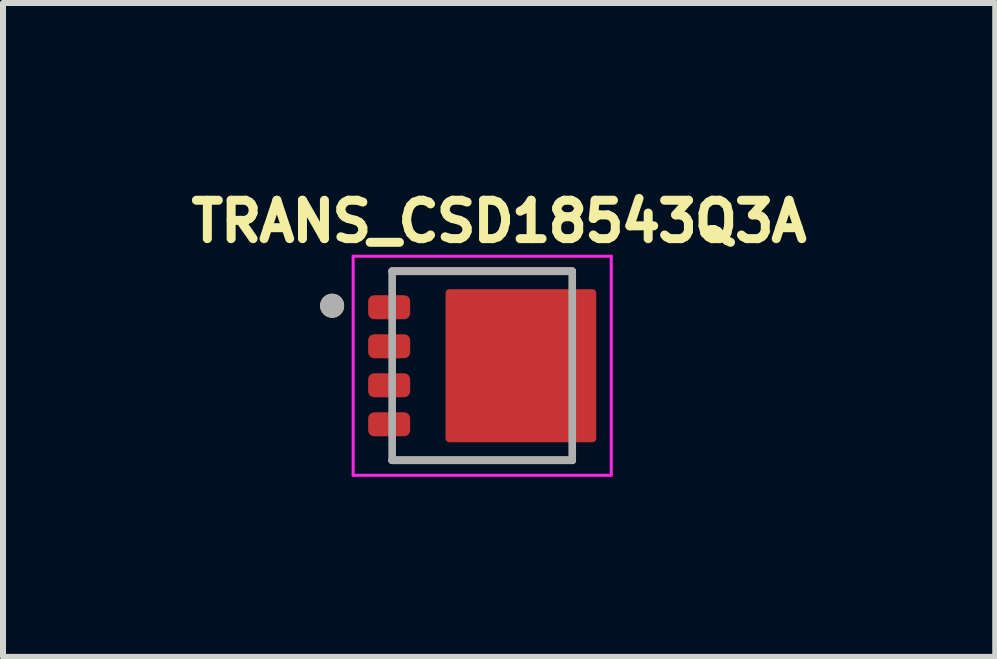
<source format=kicad_pcb>
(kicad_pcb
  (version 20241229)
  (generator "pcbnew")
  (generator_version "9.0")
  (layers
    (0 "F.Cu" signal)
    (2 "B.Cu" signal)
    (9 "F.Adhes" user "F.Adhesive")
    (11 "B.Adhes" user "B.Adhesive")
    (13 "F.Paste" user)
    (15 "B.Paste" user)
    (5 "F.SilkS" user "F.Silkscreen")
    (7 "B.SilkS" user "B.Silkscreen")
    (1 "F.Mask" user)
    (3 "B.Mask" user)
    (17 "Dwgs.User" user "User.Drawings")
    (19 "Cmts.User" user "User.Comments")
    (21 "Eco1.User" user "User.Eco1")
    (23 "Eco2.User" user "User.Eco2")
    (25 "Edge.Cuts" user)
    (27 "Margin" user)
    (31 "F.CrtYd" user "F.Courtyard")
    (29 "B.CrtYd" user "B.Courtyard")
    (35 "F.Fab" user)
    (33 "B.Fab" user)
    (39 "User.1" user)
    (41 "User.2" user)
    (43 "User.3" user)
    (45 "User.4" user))
  (footprint "TRANS_CSD18543Q3A"
    (layer "F.Cu")
    (at 4.984 3.044)
    (property "Reference" "TRANS_CSD18543Q3A" (at 0.282 -2.406 0) (layer "F.SilkS") (effects (font (size 0.64 0.64) (thickness 0.15))))
    (attr through_hole)
    (fp_poly (pts (xy -1.8 -1.125) (xy -1.3 -1.125) (xy -1.297 -1.125) (xy -1.295 -1.125) (xy -1.292 -1.124) (xy -1.29 -1.124) (xy -1.287 -1.123) (xy -1.285 -1.123) (xy -1.282 -1.122) (xy -1.28 -1.121) (xy -1.277 -1.12) (xy -1.275 -1.118) (xy -1.273 -1.117) (xy -1.271 -1.115) (xy -1.269 -1.114) (xy -1.267 -1.112) (xy -1.265 -1.11) (xy -1.263 -1.108) (xy -1.261 -1.106) (xy -1.26 -1.104) (xy -1.258 -1.102) (xy -1.257 -1.1) (xy -1.255 -1.098) (xy -1.254 -1.095) (xy -1.253 -1.093) (xy -1.252 -1.09) (xy -1.252 -1.088) (xy -1.251 -1.085) (xy -1.251 -1.083) (xy -1.25 -1.08) (xy -1.25 -1.078) (xy -1.25 -1.075) (xy -1.25 -0.875) (xy -1.25 -0.872) (xy -1.25 -0.87) (xy -1.251 -0.867) (xy -1.251 -0.865) (xy -1.252 -0.862) (xy -1.252 -0.86) (xy -1.253 -0.857) (xy -1.254 -0.855) (xy -1.255 -0.852) (xy -1.257 -0.85) (xy -1.258 -0.848) (xy -1.26 -0.846) (xy -1.261 -0.844) (xy -1.263 -0.842) (xy -1.265 -0.84) (xy -1.267 -0.838) (xy -1.269 -0.836) (xy -1.271 -0.835) (xy -1.273 -0.833) (xy -1.275 -0.832) (xy -1.277 -0.83) (xy -1.28 -0.829) (xy -1.282 -0.828) (xy -1.285 -0.827) (xy -1.287 -0.827) (xy -1.29 -0.826) (xy -1.292 -0.826) (xy -1.295 -0.825) (xy -1.297 -0.825) (xy -1.3 -0.825) (xy -1.8 -0.825) (xy -1.803 -0.825) (xy -1.805 -0.825) (xy -1.808 -0.826) (xy -1.81 -0.826) (xy -1.813 -0.827) (xy -1.815 -0.827) (xy -1.818 -0.828) (xy -1.82 -0.829) (xy -1.823 -0.83) (xy -1.825 -0.832) (xy -1.827 -0.833) (xy -1.829 -0.835) (xy -1.831 -0.836) (xy -1.833 -0.838) (xy -1.835 -0.84) (xy -1.837 -0.842) (xy -1.839 -0.844) (xy -1.84 -0.846) (xy -1.842 -0.848) (xy -1.843 -0.85) (xy -1.845 -0.852) (xy -1.846 -0.855) (xy -1.847 -0.857) (xy -1.848 -0.86) (xy -1.848 -0.862) (xy -1.849 -0.865) (xy -1.849 -0.867) (xy -1.85 -0.87) (xy -1.85 -0.872) (xy -1.85 -0.875) (xy -1.85 -1.075) (xy -1.85 -1.078) (xy -1.85 -1.08) (xy -1.849 -1.083) (xy -1.849 -1.085) (xy -1.848 -1.088) (xy -1.848 -1.09) (xy -1.847 -1.093) (xy -1.846 -1.095) (xy -1.845 -1.098) (xy -1.843 -1.1) (xy -1.842 -1.102) (xy -1.84 -1.104) (xy -1.839 -1.106) (xy -1.837 -1.108) (xy -1.835 -1.11) (xy -1.833 -1.112) (xy -1.831 -1.114) (xy -1.829 -1.115) (xy -1.827 -1.117) (xy -1.825 -1.118) (xy -1.823 -1.12) (xy -1.82 -1.121) (xy -1.818 -1.122) (xy -1.815 -1.123) (xy -1.813 -1.123) (xy -1.81 -1.124) (xy -1.808 -1.124) (xy -1.805 -1.125) (xy -1.803 -1.125) (xy -1.8 -1.125)) (stroke (width 0.01) (type solid)) (fill yes) (layer "F.Mask"))
    (fp_poly (pts (xy -1.8 -0.475) (xy -1.3 -0.475) (xy -1.297 -0.475) (xy -1.295 -0.475) (xy -1.292 -0.474) (xy -1.29 -0.474) (xy -1.287 -0.473) (xy -1.285 -0.473) (xy -1.282 -0.472) (xy -1.28 -0.471) (xy -1.277 -0.47) (xy -1.275 -0.468) (xy -1.273 -0.467) (xy -1.271 -0.465) (xy -1.269 -0.464) (xy -1.267 -0.462) (xy -1.265 -0.46) (xy -1.263 -0.458) (xy -1.261 -0.456) (xy -1.26 -0.454) (xy -1.258 -0.452) (xy -1.257 -0.45) (xy -1.255 -0.448) (xy -1.254 -0.445) (xy -1.253 -0.443) (xy -1.252 -0.44) (xy -1.252 -0.438) (xy -1.251 -0.435) (xy -1.251 -0.433) (xy -1.25 -0.43) (xy -1.25 -0.428) (xy -1.25 -0.425) (xy -1.25 -0.225) (xy -1.25 -0.222) (xy -1.25 -0.22) (xy -1.251 -0.217) (xy -1.251 -0.215) (xy -1.252 -0.212) (xy -1.252 -0.21) (xy -1.253 -0.207) (xy -1.254 -0.205) (xy -1.255 -0.202) (xy -1.257 -0.2) (xy -1.258 -0.198) (xy -1.26 -0.196) (xy -1.261 -0.194) (xy -1.263 -0.192) (xy -1.265 -0.19) (xy -1.267 -0.188) (xy -1.269 -0.186) (xy -1.271 -0.185) (xy -1.273 -0.183) (xy -1.275 -0.182) (xy -1.277 -0.18) (xy -1.28 -0.179) (xy -1.282 -0.178) (xy -1.285 -0.177) (xy -1.287 -0.177) (xy -1.29 -0.176) (xy -1.292 -0.176) (xy -1.295 -0.175) (xy -1.297 -0.175) (xy -1.3 -0.175) (xy -1.8 -0.175) (xy -1.803 -0.175) (xy -1.805 -0.175) (xy -1.808 -0.176) (xy -1.81 -0.176) (xy -1.813 -0.177) (xy -1.815 -0.177) (xy -1.818 -0.178) (xy -1.82 -0.179) (xy -1.823 -0.18) (xy -1.825 -0.182) (xy -1.827 -0.183) (xy -1.829 -0.185) (xy -1.831 -0.186) (xy -1.833 -0.188) (xy -1.835 -0.19) (xy -1.837 -0.192) (xy -1.839 -0.194) (xy -1.84 -0.196) (xy -1.842 -0.198) (xy -1.843 -0.2) (xy -1.845 -0.202) (xy -1.846 -0.205) (xy -1.847 -0.207) (xy -1.848 -0.21) (xy -1.848 -0.212) (xy -1.849 -0.215) (xy -1.849 -0.217) (xy -1.85 -0.22) (xy -1.85 -0.222) (xy -1.85 -0.225) (xy -1.85 -0.425) (xy -1.85 -0.428) (xy -1.85 -0.43) (xy -1.849 -0.433) (xy -1.849 -0.435) (xy -1.848 -0.438) (xy -1.848 -0.44) (xy -1.847 -0.443) (xy -1.846 -0.445) (xy -1.845 -0.448) (xy -1.843 -0.45) (xy -1.842 -0.452) (xy -1.84 -0.454) (xy -1.839 -0.456) (xy -1.837 -0.458) (xy -1.835 -0.46) (xy -1.833 -0.462) (xy -1.831 -0.464) (xy -1.829 -0.465) (xy -1.827 -0.467) (xy -1.825 -0.468) (xy -1.823 -0.47) (xy -1.82 -0.471) (xy -1.818 -0.472) (xy -1.815 -0.473) (xy -1.813 -0.473) (xy -1.81 -0.474) (xy -1.808 -0.474) (xy -1.805 -0.475) (xy -1.803 -0.475) (xy -1.8 -0.475)) (stroke (width 0.01) (type solid)) (fill yes) (layer "F.Mask"))
    (fp_poly (pts (xy -1.8 0.175) (xy -1.3 0.175) (xy -1.297 0.175) (xy -1.295 0.175) (xy -1.292 0.176) (xy -1.29 0.176) (xy -1.287 0.177) (xy -1.285 0.177) (xy -1.282 0.178) (xy -1.28 0.179) (xy -1.277 0.18) (xy -1.275 0.182) (xy -1.273 0.183) (xy -1.271 0.185) (xy -1.269 0.186) (xy -1.267 0.188) (xy -1.265 0.19) (xy -1.263 0.192) (xy -1.261 0.194) (xy -1.26 0.196) (xy -1.258 0.198) (xy -1.257 0.2) (xy -1.255 0.202) (xy -1.254 0.205) (xy -1.253 0.207) (xy -1.252 0.21) (xy -1.252 0.212) (xy -1.251 0.215) (xy -1.251 0.217) (xy -1.25 0.22) (xy -1.25 0.222) (xy -1.25 0.225) (xy -1.25 0.425) (xy -1.25 0.428) (xy -1.25 0.43) (xy -1.251 0.433) (xy -1.251 0.435) (xy -1.252 0.438) (xy -1.252 0.44) (xy -1.253 0.443) (xy -1.254 0.445) (xy -1.255 0.448) (xy -1.257 0.45) (xy -1.258 0.452) (xy -1.26 0.454) (xy -1.261 0.456) (xy -1.263 0.458) (xy -1.265 0.46) (xy -1.267 0.462) (xy -1.269 0.464) (xy -1.271 0.465) (xy -1.273 0.467) (xy -1.275 0.468) (xy -1.277 0.47) (xy -1.28 0.471) (xy -1.282 0.472) (xy -1.285 0.473) (xy -1.287 0.473) (xy -1.29 0.474) (xy -1.292 0.474) (xy -1.295 0.475) (xy -1.297 0.475) (xy -1.3 0.475) (xy -1.8 0.475) (xy -1.803 0.475) (xy -1.805 0.475) (xy -1.808 0.474) (xy -1.81 0.474) (xy -1.813 0.473) (xy -1.815 0.473) (xy -1.818 0.472) (xy -1.82 0.471) (xy -1.823 0.47) (xy -1.825 0.468) (xy -1.827 0.467) (xy -1.829 0.465) (xy -1.831 0.464) (xy -1.833 0.462) (xy -1.835 0.46) (xy -1.837 0.458) (xy -1.839 0.456) (xy -1.84 0.454) (xy -1.842 0.452) (xy -1.843 0.45) (xy -1.845 0.448) (xy -1.846 0.445) (xy -1.847 0.443) (xy -1.848 0.44) (xy -1.848 0.438) (xy -1.849 0.435) (xy -1.849 0.433) (xy -1.85 0.43) (xy -1.85 0.428) (xy -1.85 0.425) (xy -1.85 0.225) (xy -1.85 0.222) (xy -1.85 0.22) (xy -1.849 0.217) (xy -1.849 0.215) (xy -1.848 0.212) (xy -1.848 0.21) (xy -1.847 0.207) (xy -1.846 0.205) (xy -1.845 0.202) (xy -1.843 0.2) (xy -1.842 0.198) (xy -1.84 0.196) (xy -1.839 0.194) (xy -1.837 0.192) (xy -1.835 0.19) (xy -1.833 0.188) (xy -1.831 0.186) (xy -1.829 0.185) (xy -1.827 0.183) (xy -1.825 0.182) (xy -1.823 0.18) (xy -1.82 0.179) (xy -1.818 0.178) (xy -1.815 0.177) (xy -1.813 0.177) (xy -1.81 0.176) (xy -1.808 0.176) (xy -1.805 0.175) (xy -1.803 0.175) (xy -1.8 0.175)) (stroke (width 0.01) (type solid)) (fill yes) (layer "F.Mask"))
    (fp_poly (pts (xy -1.8 0.825) (xy -1.3 0.825) (xy -1.297 0.825) (xy -1.295 0.825) (xy -1.292 0.826) (xy -1.29 0.826) (xy -1.287 0.827) (xy -1.285 0.827) (xy -1.282 0.828) (xy -1.28 0.829) (xy -1.277 0.83) (xy -1.275 0.832) (xy -1.273 0.833) (xy -1.271 0.835) (xy -1.269 0.836) (xy -1.267 0.838) (xy -1.265 0.84) (xy -1.263 0.842) (xy -1.261 0.844) (xy -1.26 0.846) (xy -1.258 0.848) (xy -1.257 0.85) (xy -1.255 0.852) (xy -1.254 0.855) (xy -1.253 0.857) (xy -1.252 0.86) (xy -1.252 0.862) (xy -1.251 0.865) (xy -1.251 0.867) (xy -1.25 0.87) (xy -1.25 0.872) (xy -1.25 0.875) (xy -1.25 1.075) (xy -1.25 1.078) (xy -1.25 1.08) (xy -1.251 1.083) (xy -1.251 1.085) (xy -1.252 1.088) (xy -1.252 1.09) (xy -1.253 1.093) (xy -1.254 1.095) (xy -1.255 1.098) (xy -1.257 1.1) (xy -1.258 1.102) (xy -1.26 1.104) (xy -1.261 1.106) (xy -1.263 1.108) (xy -1.265 1.11) (xy -1.267 1.112) (xy -1.269 1.114) (xy -1.271 1.115) (xy -1.273 1.117) (xy -1.275 1.118) (xy -1.277 1.12) (xy -1.28 1.121) (xy -1.282 1.122) (xy -1.285 1.123) (xy -1.287 1.123) (xy -1.29 1.124) (xy -1.292 1.124) (xy -1.295 1.125) (xy -1.297 1.125) (xy -1.3 1.125) (xy -1.8 1.125) (xy -1.803 1.125) (xy -1.805 1.125) (xy -1.808 1.124) (xy -1.81 1.124) (xy -1.813 1.123) (xy -1.815 1.123) (xy -1.818 1.122) (xy -1.82 1.121) (xy -1.823 1.12) (xy -1.825 1.118) (xy -1.827 1.117) (xy -1.829 1.115) (xy -1.831 1.114) (xy -1.833 1.112) (xy -1.835 1.11) (xy -1.837 1.108) (xy -1.839 1.106) (xy -1.84 1.104) (xy -1.842 1.102) (xy -1.843 1.1) (xy -1.845 1.098) (xy -1.846 1.095) (xy -1.847 1.093) (xy -1.848 1.09) (xy -1.848 1.088) (xy -1.849 1.085) (xy -1.849 1.083) (xy -1.85 1.08) (xy -1.85 1.078) (xy -1.85 1.075) (xy -1.85 0.875) (xy -1.85 0.872) (xy -1.85 0.87) (xy -1.849 0.867) (xy -1.849 0.865) (xy -1.848 0.862) (xy -1.848 0.86) (xy -1.847 0.857) (xy -1.846 0.855) (xy -1.845 0.852) (xy -1.843 0.85) (xy -1.842 0.848) (xy -1.84 0.846) (xy -1.839 0.844) (xy -1.837 0.842) (xy -1.835 0.84) (xy -1.833 0.838) (xy -1.831 0.836) (xy -1.829 0.835) (xy -1.827 0.833) (xy -1.825 0.832) (xy -1.823 0.83) (xy -1.82 0.829) (xy -1.818 0.828) (xy -1.815 0.827) (xy -1.813 0.827) (xy -1.81 0.826) (xy -1.808 0.826) (xy -1.805 0.825) (xy -1.803 0.825) (xy -1.8 0.825)) (stroke (width 0.01) (type solid)) (fill yes) (layer "F.Mask"))
    (fp_poly (pts (xy 1.215 1.125) (xy 1.215 1.175) (xy 1.215 1.178) (xy 1.215 1.18) (xy 1.214 1.183) (xy 1.214 1.185) (xy 1.213 1.188) (xy 1.213 1.19) (xy 1.212 1.193) (xy 1.211 1.195) (xy 1.21 1.198) (xy 1.208 1.2) (xy 1.207 1.202) (xy 1.205 1.204) (xy 1.204 1.206) (xy 1.202 1.208) (xy 1.2 1.21) (xy 1.198 1.212) (xy 1.196 1.214) (xy 1.194 1.215) (xy 1.192 1.217) (xy 1.19 1.218) (xy 1.188 1.22) (xy 1.185 1.221) (xy 1.183 1.222) (xy 1.18 1.223) (xy 1.178 1.223) (xy 1.175 1.224) (xy 1.173 1.224) (xy 1.17 1.225) (xy 1.168 1.225) (xy 1.165 1.225) (xy -0.51 1.225) (xy -0.513 1.225) (xy -0.515 1.225) (xy -0.518 1.224) (xy -0.52 1.224) (xy -0.523 1.223) (xy -0.525 1.223) (xy -0.528 1.222) (xy -0.53 1.221) (xy -0.533 1.22) (xy -0.535 1.218) (xy -0.537 1.217) (xy -0.539 1.215) (xy -0.541 1.214) (xy -0.543 1.212) (xy -0.545 1.21) (xy -0.547 1.208) (xy -0.549 1.206) (xy -0.55 1.204) (xy -0.552 1.202) (xy -0.553 1.2) (xy -0.555 1.198) (xy -0.556 1.195) (xy -0.557 1.193) (xy -0.558 1.19) (xy -0.558 1.188) (xy -0.559 1.185) (xy -0.559 1.183) (xy -0.56 1.18) (xy -0.56 1.178) (xy -0.56 1.175) (xy -0.56 -1.175) (xy -0.56 -1.178) (xy -0.56 -1.18) (xy -0.559 -1.183) (xy -0.559 -1.185) (xy -0.558 -1.188) (xy -0.558 -1.19) (xy -0.557 -1.193) (xy -0.556 -1.195) (xy -0.555 -1.198) (xy -0.553 -1.2) (xy -0.552 -1.202) (xy -0.55 -1.204) (xy -0.549 -1.206) (xy -0.547 -1.208) (xy -0.545 -1.21) (xy -0.543 -1.212) (xy -0.541 -1.214) (xy -0.539 -1.215) (xy -0.537 -1.217) (xy -0.535 -1.218) (xy -0.533 -1.22) (xy -0.53 -1.221) (xy -0.528 -1.222) (xy -0.525 -1.223) (xy -0.523 -1.223) (xy -0.52 -1.224) (xy -0.518 -1.224) (xy -0.515 -1.225) (xy -0.513 -1.225) (xy -0.51 -1.225) (xy 1.165 -1.225) (xy 1.168 -1.225) (xy 1.17 -1.225) (xy 1.173 -1.224) (xy 1.175 -1.224) (xy 1.178 -1.223) (xy 1.18 -1.223) (xy 1.183 -1.222) (xy 1.185 -1.221) (xy 1.188 -1.22) (xy 1.19 -1.218) (xy 1.192 -1.217) (xy 1.194 -1.215) (xy 1.196 -1.214) (xy 1.198 -1.212) (xy 1.2 -1.21) (xy 1.202 -1.208) (xy 1.204 -1.206) (xy 1.205 -1.204) (xy 1.207 -1.202) (xy 1.208 -1.2) (xy 1.21 -1.198) (xy 1.211 -1.195) (xy 1.212 -1.193) (xy 1.213 -1.19) (xy 1.213 -1.188) (xy 1.214 -1.185) (xy 1.214 -1.183) (xy 1.215 -1.18) (xy 1.215 -1.178) (xy 1.215 -1.175) (xy 1.215 -1.125) (xy 1.8 -1.125) (xy 1.803 -1.125) (xy 1.805 -1.125) (xy 1.808 -1.124) (xy 1.81 -1.124) (xy 1.813 -1.123) (xy 1.815 -1.123) (xy 1.818 -1.122) (xy 1.82 -1.121) (xy 1.823 -1.12) (xy 1.825 -1.118) (xy 1.827 -1.117) (xy 1.829 -1.115) (xy 1.831 -1.114) (xy 1.833 -1.112) (xy 1.835 -1.11) (xy 1.837 -1.108) (xy 1.839 -1.106) (xy 1.84 -1.104) (xy 1.842 -1.102) (xy 1.843 -1.1) (xy 1.845 -1.098) (xy 1.846 -1.095) (xy 1.847 -1.093) (xy 1.848 -1.09) (xy 1.848 -1.088) (xy 1.849 -1.085) (xy 1.849 -1.083) (xy 1.85 -1.08) (xy 1.85 -1.078) (xy 1.85 -1.075) (xy 1.85 -0.875) (xy 1.85 -0.872) (xy 1.85 -0.87) (xy 1.849 -0.867) (xy 1.849 -0.865) (xy 1.848 -0.862) (xy 1.848 -0.86) (xy 1.847 -0.857) (xy 1.846 -0.855) (xy 1.845 -0.852) (xy 1.843 -0.85) (xy 1.842 -0.848) (xy 1.84 -0.846) (xy 1.839 -0.844) (xy 1.837 -0.842) (xy 1.835 -0.84) (xy 1.833 -0.838) (xy 1.831 -0.836) (xy 1.829 -0.835) (xy 1.827 -0.833) (xy 1.825 -0.832) (xy 1.823 -0.83) (xy 1.82 -0.829) (xy 1.818 -0.828) (xy 1.815 -0.827) (xy 1.813 -0.827) (xy 1.81 -0.826) (xy 1.808 -0.826) (xy 1.805 -0.825) (xy 1.803 -0.825) (xy 1.8 -0.825) (xy 1.215 -0.825) (xy 1.215 -0.475) (xy 1.8 -0.475) (xy 1.803 -0.475) (xy 1.805 -0.475) (xy 1.808 -0.474) (xy 1.81 -0.474) (xy 1.813 -0.473) (xy 1.815 -0.473) (xy 1.818 -0.472) (xy 1.82 -0.471) (xy 1.823 -0.47) (xy 1.825 -0.468) (xy 1.827 -0.467) (xy 1.829 -0.465) (xy 1.831 -0.464) (xy 1.833 -0.462) (xy 1.835 -0.46) (xy 1.837 -0.458) (xy 1.839 -0.456) (xy 1.84 -0.454) (xy 1.842 -0.452) (xy 1.843 -0.45) (xy 1.845 -0.448) (xy 1.846 -0.445) (xy 1.847 -0.443) (xy 1.848 -0.44) (xy 1.848 -0.438) (xy 1.849 -0.435) (xy 1.849 -0.433) (xy 1.85 -0.43) (xy 1.85 -0.428) (xy 1.85 -0.425) (xy 1.85 -0.225) (xy 1.85 -0.222) (xy 1.85 -0.22) (xy 1.849 -0.217) (xy 1.849 -0.215) (xy 1.848 -0.212) (xy 1.848 -0.21) (xy 1.847 -0.207) (xy 1.846 -0.205) (xy 1.845 -0.202) (xy 1.843 -0.2) (xy 1.842 -0.198) (xy 1.84 -0.196) (xy 1.839 -0.194) (xy 1.837 -0.192) (xy 1.835 -0.19) (xy 1.833 -0.188) (xy 1.831 -0.186) (xy 1.829 -0.185) (xy 1.827 -0.183) (xy 1.825 -0.182) (xy 1.823 -0.18) (xy 1.82 -0.179) (xy 1.818 -0.178) (xy 1.815 -0.177) (xy 1.813 -0.177) (xy 1.81 -0.176) (xy 1.808 -0.176) (xy 1.805 -0.175) (xy 1.803 -0.175) (xy 1.8 -0.175) (xy 1.215 -0.175) (xy 1.215 0.175) (xy 1.8 0.175) (xy 1.803 0.175) (xy 1.805 0.175) (xy 1.808 0.176) (xy 1.81 0.176) (xy 1.813 0.177) (xy 1.815 0.177) (xy 1.818 0.178) (xy 1.82 0.179) (xy 1.823 0.18) (xy 1.825 0.182) (xy 1.827 0.183) (xy 1.829 0.185) (xy 1.831 0.186) (xy 1.833 0.188) (xy 1.835 0.19) (xy 1.837 0.192) (xy 1.839 0.194) (xy 1.84 0.196) (xy 1.842 0.198) (xy 1.843 0.2) (xy 1.845 0.202) (xy 1.846 0.205) (xy 1.847 0.207) (xy 1.848 0.21) (xy 1.848 0.212) (xy 1.849 0.215) (xy 1.849 0.217) (xy 1.85 0.22) (xy 1.85 0.222) (xy 1.85 0.225) (xy 1.85 0.425) (xy 1.85 0.428) (xy 1.85 0.43) (xy 1.849 0.433) (xy 1.849 0.435) (xy 1.848 0.438) (xy 1.848 0.44) (xy 1.847 0.443) (xy 1.846 0.445) (xy 1.845 0.448) (xy 1.843 0.45) (xy 1.842 0.452) (xy 1.84 0.454) (xy 1.839 0.456) (xy 1.837 0.458) (xy 1.835 0.46) (xy 1.833 0.462) (xy 1.831 0.464) (xy 1.829 0.465) (xy 1.827 0.467) (xy 1.825 0.468) (xy 1.823 0.47) (xy 1.82 0.471) (xy 1.818 0.472) (xy 1.815 0.473) (xy 1.813 0.473) (xy 1.81 0.474) (xy 1.808 0.474) (xy 1.805 0.475) (xy 1.803 0.475) (xy 1.8 0.475) (xy 1.215 0.475) (xy 1.215 0.825) (xy 1.8 0.825) (xy 1.803 0.825) (xy 1.805 0.825) (xy 1.808 0.826) (xy 1.81 0.826) (xy 1.813 0.827) (xy 1.815 0.827) (xy 1.818 0.828) (xy 1.82 0.829) (xy 1.823 0.83) (xy 1.825 0.832) (xy 1.827 0.833) (xy 1.829 0.835) (xy 1.831 0.836) (xy 1.833 0.838) (xy 1.835 0.84) (xy 1.837 0.842) (xy 1.839 0.844) (xy 1.84 0.846) (xy 1.842 0.848) (xy 1.843 0.85) (xy 1.845 0.852) (xy 1.846 0.855) (xy 1.847 0.857) (xy 1.848 0.86) (xy 1.848 0.862) (xy 1.849 0.865) (xy 1.849 0.867) (xy 1.85 0.87) (xy 1.85 0.872) (xy 1.85 0.875) (xy 1.85 1.075) (xy 1.85 1.078) (xy 1.85 1.08) (xy 1.849 1.083) (xy 1.849 1.085) (xy 1.848 1.088) (xy 1.848 1.09) (xy 1.847 1.093) (xy 1.846 1.095) (xy 1.845 1.098) (xy 1.843 1.1) (xy 1.842 1.102) (xy 1.84 1.104) (xy 1.839 1.106) (xy 1.837 1.108) (xy 1.835 1.11) (xy 1.833 1.112) (xy 1.831 1.114) (xy 1.829 1.115) (xy 1.827 1.117) (xy 1.825 1.118) (xy 1.823 1.12) (xy 1.82 1.121) (xy 1.818 1.122) (xy 1.815 1.123) (xy 1.813 1.123) (xy 1.81 1.124) (xy 1.808 1.124) (xy 1.805 1.125) (xy 1.803 1.125) (xy 1.8 1.125) (xy 1.215 1.125)) (stroke (width 0.01) (type solid)) (fill yes) (layer "F.Mask"))
    (fp_line (start -1.5 -1.575) (end 1.5 -1.575) (stroke (width 0.127) (type solid)) (layer "F.SilkS"))
    (fp_line (start 1.5 1.575) (end -1.5 1.575) (stroke (width 0.127) (type solid)) (layer "F.SilkS"))
    (fp_circle (center -2.5 -1) (end -2.4 -1) (stroke (width 0.2) (type solid)) (fill no) (layer "F.SilkS"))
    (fp_poly (pts (xy -1.8 -1.125) (xy -1.3 -1.125) (xy -1.297 -1.125) (xy -1.295 -1.125) (xy -1.292 -1.124) (xy -1.29 -1.124) (xy -1.287 -1.123) (xy -1.285 -1.123) (xy -1.282 -1.122) (xy -1.28 -1.121) (xy -1.277 -1.12) (xy -1.275 -1.118) (xy -1.273 -1.117) (xy -1.271 -1.115) (xy -1.269 -1.114) (xy -1.267 -1.112) (xy -1.265 -1.11) (xy -1.263 -1.108) (xy -1.261 -1.106) (xy -1.26 -1.104) (xy -1.258 -1.102) (xy -1.257 -1.1) (xy -1.255 -1.098) (xy -1.254 -1.095) (xy -1.253 -1.093) (xy -1.252 -1.09) (xy -1.252 -1.088) (xy -1.251 -1.085) (xy -1.251 -1.083) (xy -1.25 -1.08) (xy -1.25 -1.078) (xy -1.25 -1.075) (xy -1.25 -0.875) (xy -1.25 -0.872) (xy -1.25 -0.87) (xy -1.251 -0.867) (xy -1.251 -0.865) (xy -1.252 -0.862) (xy -1.252 -0.86) (xy -1.253 -0.857) (xy -1.254 -0.855) (xy -1.255 -0.852) (xy -1.257 -0.85) (xy -1.258 -0.848) (xy -1.26 -0.846) (xy -1.261 -0.844) (xy -1.263 -0.842) (xy -1.265 -0.84) (xy -1.267 -0.838) (xy -1.269 -0.836) (xy -1.271 -0.835) (xy -1.273 -0.833) (xy -1.275 -0.832) (xy -1.277 -0.83) (xy -1.28 -0.829) (xy -1.282 -0.828) (xy -1.285 -0.827) (xy -1.287 -0.827) (xy -1.29 -0.826) (xy -1.292 -0.826) (xy -1.295 -0.825) (xy -1.297 -0.825) (xy -1.3 -0.825) (xy -1.8 -0.825) (xy -1.803 -0.825) (xy -1.805 -0.825) (xy -1.808 -0.826) (xy -1.81 -0.826) (xy -1.813 -0.827) (xy -1.815 -0.827) (xy -1.818 -0.828) (xy -1.82 -0.829) (xy -1.823 -0.83) (xy -1.825 -0.832) (xy -1.827 -0.833) (xy -1.829 -0.835) (xy -1.831 -0.836) (xy -1.833 -0.838) (xy -1.835 -0.84) (xy -1.837 -0.842) (xy -1.839 -0.844) (xy -1.84 -0.846) (xy -1.842 -0.848) (xy -1.843 -0.85) (xy -1.845 -0.852) (xy -1.846 -0.855) (xy -1.847 -0.857) (xy -1.848 -0.86) (xy -1.848 -0.862) (xy -1.849 -0.865) (xy -1.849 -0.867) (xy -1.85 -0.87) (xy -1.85 -0.872) (xy -1.85 -0.875) (xy -1.85 -1.075) (xy -1.85 -1.078) (xy -1.85 -1.08) (xy -1.849 -1.083) (xy -1.849 -1.085) (xy -1.848 -1.088) (xy -1.848 -1.09) (xy -1.847 -1.093) (xy -1.846 -1.095) (xy -1.845 -1.098) (xy -1.843 -1.1) (xy -1.842 -1.102) (xy -1.84 -1.104) (xy -1.839 -1.106) (xy -1.837 -1.108) (xy -1.835 -1.11) (xy -1.833 -1.112) (xy -1.831 -1.114) (xy -1.829 -1.115) (xy -1.827 -1.117) (xy -1.825 -1.118) (xy -1.823 -1.12) (xy -1.82 -1.121) (xy -1.818 -1.122) (xy -1.815 -1.123) (xy -1.813 -1.123) (xy -1.81 -1.124) (xy -1.808 -1.124) (xy -1.805 -1.125) (xy -1.803 -1.125) (xy -1.8 -1.125)) (stroke (width 0.01) (type solid)) (fill yes) (layer "F.Paste"))
    (fp_poly (pts (xy -1.8 -0.475) (xy -1.3 -0.475) (xy -1.297 -0.475) (xy -1.295 -0.475) (xy -1.292 -0.474) (xy -1.29 -0.474) (xy -1.287 -0.473) (xy -1.285 -0.473) (xy -1.282 -0.472) (xy -1.28 -0.471) (xy -1.277 -0.47) (xy -1.275 -0.468) (xy -1.273 -0.467) (xy -1.271 -0.465) (xy -1.269 -0.464) (xy -1.267 -0.462) (xy -1.265 -0.46) (xy -1.263 -0.458) (xy -1.261 -0.456) (xy -1.26 -0.454) (xy -1.258 -0.452) (xy -1.257 -0.45) (xy -1.255 -0.448) (xy -1.254 -0.445) (xy -1.253 -0.443) (xy -1.252 -0.44) (xy -1.252 -0.438) (xy -1.251 -0.435) (xy -1.251 -0.433) (xy -1.25 -0.43) (xy -1.25 -0.428) (xy -1.25 -0.425) (xy -1.25 -0.225) (xy -1.25 -0.222) (xy -1.25 -0.22) (xy -1.251 -0.217) (xy -1.251 -0.215) (xy -1.252 -0.212) (xy -1.252 -0.21) (xy -1.253 -0.207) (xy -1.254 -0.205) (xy -1.255 -0.202) (xy -1.257 -0.2) (xy -1.258 -0.198) (xy -1.26 -0.196) (xy -1.261 -0.194) (xy -1.263 -0.192) (xy -1.265 -0.19) (xy -1.267 -0.188) (xy -1.269 -0.186) (xy -1.271 -0.185) (xy -1.273 -0.183) (xy -1.275 -0.182) (xy -1.277 -0.18) (xy -1.28 -0.179) (xy -1.282 -0.178) (xy -1.285 -0.177) (xy -1.287 -0.177) (xy -1.29 -0.176) (xy -1.292 -0.176) (xy -1.295 -0.175) (xy -1.297 -0.175) (xy -1.3 -0.175) (xy -1.8 -0.175) (xy -1.803 -0.175) (xy -1.805 -0.175) (xy -1.808 -0.176) (xy -1.81 -0.176) (xy -1.813 -0.177) (xy -1.815 -0.177) (xy -1.818 -0.178) (xy -1.82 -0.179) (xy -1.823 -0.18) (xy -1.825 -0.182) (xy -1.827 -0.183) (xy -1.829 -0.185) (xy -1.831 -0.186) (xy -1.833 -0.188) (xy -1.835 -0.19) (xy -1.837 -0.192) (xy -1.839 -0.194) (xy -1.84 -0.196) (xy -1.842 -0.198) (xy -1.843 -0.2) (xy -1.845 -0.202) (xy -1.846 -0.205) (xy -1.847 -0.207) (xy -1.848 -0.21) (xy -1.848 -0.212) (xy -1.849 -0.215) (xy -1.849 -0.217) (xy -1.85 -0.22) (xy -1.85 -0.222) (xy -1.85 -0.225) (xy -1.85 -0.425) (xy -1.85 -0.428) (xy -1.85 -0.43) (xy -1.849 -0.433) (xy -1.849 -0.435) (xy -1.848 -0.438) (xy -1.848 -0.44) (xy -1.847 -0.443) (xy -1.846 -0.445) (xy -1.845 -0.448) (xy -1.843 -0.45) (xy -1.842 -0.452) (xy -1.84 -0.454) (xy -1.839 -0.456) (xy -1.837 -0.458) (xy -1.835 -0.46) (xy -1.833 -0.462) (xy -1.831 -0.464) (xy -1.829 -0.465) (xy -1.827 -0.467) (xy -1.825 -0.468) (xy -1.823 -0.47) (xy -1.82 -0.471) (xy -1.818 -0.472) (xy -1.815 -0.473) (xy -1.813 -0.473) (xy -1.81 -0.474) (xy -1.808 -0.474) (xy -1.805 -0.475) (xy -1.803 -0.475) (xy -1.8 -0.475)) (stroke (width 0.01) (type solid)) (fill yes) (layer "F.Paste"))
    (fp_poly (pts (xy -1.8 0.175) (xy -1.3 0.175) (xy -1.297 0.175) (xy -1.295 0.175) (xy -1.292 0.176) (xy -1.29 0.176) (xy -1.287 0.177) (xy -1.285 0.177) (xy -1.282 0.178) (xy -1.28 0.179) (xy -1.277 0.18) (xy -1.275 0.182) (xy -1.273 0.183) (xy -1.271 0.185) (xy -1.269 0.186) (xy -1.267 0.188) (xy -1.265 0.19) (xy -1.263 0.192) (xy -1.261 0.194) (xy -1.26 0.196) (xy -1.258 0.198) (xy -1.257 0.2) (xy -1.255 0.202) (xy -1.254 0.205) (xy -1.253 0.207) (xy -1.252 0.21) (xy -1.252 0.212) (xy -1.251 0.215) (xy -1.251 0.217) (xy -1.25 0.22) (xy -1.25 0.222) (xy -1.25 0.225) (xy -1.25 0.425) (xy -1.25 0.428) (xy -1.25 0.43) (xy -1.251 0.433) (xy -1.251 0.435) (xy -1.252 0.438) (xy -1.252 0.44) (xy -1.253 0.443) (xy -1.254 0.445) (xy -1.255 0.448) (xy -1.257 0.45) (xy -1.258 0.452) (xy -1.26 0.454) (xy -1.261 0.456) (xy -1.263 0.458) (xy -1.265 0.46) (xy -1.267 0.462) (xy -1.269 0.464) (xy -1.271 0.465) (xy -1.273 0.467) (xy -1.275 0.468) (xy -1.277 0.47) (xy -1.28 0.471) (xy -1.282 0.472) (xy -1.285 0.473) (xy -1.287 0.473) (xy -1.29 0.474) (xy -1.292 0.474) (xy -1.295 0.475) (xy -1.297 0.475) (xy -1.3 0.475) (xy -1.8 0.475) (xy -1.803 0.475) (xy -1.805 0.475) (xy -1.808 0.474) (xy -1.81 0.474) (xy -1.813 0.473) (xy -1.815 0.473) (xy -1.818 0.472) (xy -1.82 0.471) (xy -1.823 0.47) (xy -1.825 0.468) (xy -1.827 0.467) (xy -1.829 0.465) (xy -1.831 0.464) (xy -1.833 0.462) (xy -1.835 0.46) (xy -1.837 0.458) (xy -1.839 0.456) (xy -1.84 0.454) (xy -1.842 0.452) (xy -1.843 0.45) (xy -1.845 0.448) (xy -1.846 0.445) (xy -1.847 0.443) (xy -1.848 0.44) (xy -1.848 0.438) (xy -1.849 0.435) (xy -1.849 0.433) (xy -1.85 0.43) (xy -1.85 0.428) (xy -1.85 0.425) (xy -1.85 0.225) (xy -1.85 0.222) (xy -1.85 0.22) (xy -1.849 0.217) (xy -1.849 0.215) (xy -1.848 0.212) (xy -1.848 0.21) (xy -1.847 0.207) (xy -1.846 0.205) (xy -1.845 0.202) (xy -1.843 0.2) (xy -1.842 0.198) (xy -1.84 0.196) (xy -1.839 0.194) (xy -1.837 0.192) (xy -1.835 0.19) (xy -1.833 0.188) (xy -1.831 0.186) (xy -1.829 0.185) (xy -1.827 0.183) (xy -1.825 0.182) (xy -1.823 0.18) (xy -1.82 0.179) (xy -1.818 0.178) (xy -1.815 0.177) (xy -1.813 0.177) (xy -1.81 0.176) (xy -1.808 0.176) (xy -1.805 0.175) (xy -1.803 0.175) (xy -1.8 0.175)) (stroke (width 0.01) (type solid)) (fill yes) (layer "F.Paste"))
    (fp_poly (pts (xy -1.8 0.825) (xy -1.3 0.825) (xy -1.297 0.825) (xy -1.295 0.825) (xy -1.292 0.826) (xy -1.29 0.826) (xy -1.287 0.827) (xy -1.285 0.827) (xy -1.282 0.828) (xy -1.28 0.829) (xy -1.277 0.83) (xy -1.275 0.832) (xy -1.273 0.833) (xy -1.271 0.835) (xy -1.269 0.836) (xy -1.267 0.838) (xy -1.265 0.84) (xy -1.263 0.842) (xy -1.261 0.844) (xy -1.26 0.846) (xy -1.258 0.848) (xy -1.257 0.85) (xy -1.255 0.852) (xy -1.254 0.855) (xy -1.253 0.857) (xy -1.252 0.86) (xy -1.252 0.862) (xy -1.251 0.865) (xy -1.251 0.867) (xy -1.25 0.87) (xy -1.25 0.872) (xy -1.25 0.875) (xy -1.25 1.075) (xy -1.25 1.078) (xy -1.25 1.08) (xy -1.251 1.083) (xy -1.251 1.085) (xy -1.252 1.088) (xy -1.252 1.09) (xy -1.253 1.093) (xy -1.254 1.095) (xy -1.255 1.098) (xy -1.257 1.1) (xy -1.258 1.102) (xy -1.26 1.104) (xy -1.261 1.106) (xy -1.263 1.108) (xy -1.265 1.11) (xy -1.267 1.112) (xy -1.269 1.114) (xy -1.271 1.115) (xy -1.273 1.117) (xy -1.275 1.118) (xy -1.277 1.12) (xy -1.28 1.121) (xy -1.282 1.122) (xy -1.285 1.123) (xy -1.287 1.123) (xy -1.29 1.124) (xy -1.292 1.124) (xy -1.295 1.125) (xy -1.297 1.125) (xy -1.3 1.125) (xy -1.8 1.125) (xy -1.803 1.125) (xy -1.805 1.125) (xy -1.808 1.124) (xy -1.81 1.124) (xy -1.813 1.123) (xy -1.815 1.123) (xy -1.818 1.122) (xy -1.82 1.121) (xy -1.823 1.12) (xy -1.825 1.118) (xy -1.827 1.117) (xy -1.829 1.115) (xy -1.831 1.114) (xy -1.833 1.112) (xy -1.835 1.11) (xy -1.837 1.108) (xy -1.839 1.106) (xy -1.84 1.104) (xy -1.842 1.102) (xy -1.843 1.1) (xy -1.845 1.098) (xy -1.846 1.095) (xy -1.847 1.093) (xy -1.848 1.09) (xy -1.848 1.088) (xy -1.849 1.085) (xy -1.849 1.083) (xy -1.85 1.08) (xy -1.85 1.078) (xy -1.85 1.075) (xy -1.85 0.875) (xy -1.85 0.872) (xy -1.85 0.87) (xy -1.849 0.867) (xy -1.849 0.865) (xy -1.848 0.862) (xy -1.848 0.86) (xy -1.847 0.857) (xy -1.846 0.855) (xy -1.845 0.852) (xy -1.843 0.85) (xy -1.842 0.848) (xy -1.84 0.846) (xy -1.839 0.844) (xy -1.837 0.842) (xy -1.835 0.84) (xy -1.833 0.838) (xy -1.831 0.836) (xy -1.829 0.835) (xy -1.827 0.833) (xy -1.825 0.832) (xy -1.823 0.83) (xy -1.82 0.829) (xy -1.818 0.828) (xy -1.815 0.827) (xy -1.813 0.827) (xy -1.81 0.826) (xy -1.808 0.826) (xy -1.805 0.825) (xy -1.803 0.825) (xy -1.8 0.825)) (stroke (width 0.01) (type solid)) (fill yes) (layer "F.Paste"))
    (fp_poly (pts (xy 1.3 -1.125) (xy 1.8 -1.125) (xy 1.803 -1.125) (xy 1.805 -1.125) (xy 1.808 -1.124) (xy 1.81 -1.124) (xy 1.813 -1.123) (xy 1.815 -1.123) (xy 1.818 -1.122) (xy 1.82 -1.121) (xy 1.823 -1.12) (xy 1.825 -1.118) (xy 1.827 -1.117) (xy 1.829 -1.115) (xy 1.831 -1.114) (xy 1.833 -1.112) (xy 1.835 -1.11) (xy 1.837 -1.108) (xy 1.839 -1.106) (xy 1.84 -1.104) (xy 1.842 -1.102) (xy 1.843 -1.1) (xy 1.845 -1.098) (xy 1.846 -1.095) (xy 1.847 -1.093) (xy 1.848 -1.09) (xy 1.848 -1.088) (xy 1.849 -1.085) (xy 1.849 -1.083) (xy 1.85 -1.08) (xy 1.85 -1.078) (xy 1.85 -1.075) (xy 1.85 -0.875) (xy 1.85 -0.872) (xy 1.85 -0.87) (xy 1.849 -0.867) (xy 1.849 -0.865) (xy 1.848 -0.862) (xy 1.848 -0.86) (xy 1.847 -0.857) (xy 1.846 -0.855) (xy 1.845 -0.852) (xy 1.843 -0.85) (xy 1.842 -0.848) (xy 1.84 -0.846) (xy 1.839 -0.844) (xy 1.837 -0.842) (xy 1.835 -0.84) (xy 1.833 -0.838) (xy 1.831 -0.836) (xy 1.829 -0.835) (xy 1.827 -0.833) (xy 1.825 -0.832) (xy 1.823 -0.83) (xy 1.82 -0.829) (xy 1.818 -0.828) (xy 1.815 -0.827) (xy 1.813 -0.827) (xy 1.81 -0.826) (xy 1.808 -0.826) (xy 1.805 -0.825) (xy 1.803 -0.825) (xy 1.8 -0.825) (xy 1.3 -0.825) (xy 1.297 -0.825) (xy 1.295 -0.825) (xy 1.292 -0.826) (xy 1.29 -0.826) (xy 1.287 -0.827) (xy 1.285 -0.827) (xy 1.282 -0.828) (xy 1.28 -0.829) (xy 1.277 -0.83) (xy 1.275 -0.832) (xy 1.273 -0.833) (xy 1.271 -0.835) (xy 1.269 -0.836) (xy 1.267 -0.838) (xy 1.265 -0.84) (xy 1.263 -0.842) (xy 1.261 -0.844) (xy 1.26 -0.846) (xy 1.258 -0.848) (xy 1.257 -0.85) (xy 1.255 -0.852) (xy 1.254 -0.855) (xy 1.253 -0.857) (xy 1.252 -0.86) (xy 1.252 -0.862) (xy 1.251 -0.865) (xy 1.251 -0.867) (xy 1.25 -0.87) (xy 1.25 -0.872) (xy 1.25 -0.875) (xy 1.25 -1.075) (xy 1.25 -1.078) (xy 1.25 -1.08) (xy 1.251 -1.083) (xy 1.251 -1.085) (xy 1.252 -1.088) (xy 1.252 -1.09) (xy 1.253 -1.093) (xy 1.254 -1.095) (xy 1.255 -1.098) (xy 1.257 -1.1) (xy 1.258 -1.102) (xy 1.26 -1.104) (xy 1.261 -1.106) (xy 1.263 -1.108) (xy 1.265 -1.11) (xy 1.267 -1.112) (xy 1.269 -1.114) (xy 1.271 -1.115) (xy 1.273 -1.117) (xy 1.275 -1.118) (xy 1.277 -1.12) (xy 1.28 -1.121) (xy 1.282 -1.122) (xy 1.285 -1.123) (xy 1.287 -1.123) (xy 1.29 -1.124) (xy 1.292 -1.124) (xy 1.295 -1.125) (xy 1.297 -1.125) (xy 1.3 -1.125)) (stroke (width 0.01) (type solid)) (fill yes) (layer "F.Paste"))
    (fp_poly (pts (xy 1.3 -0.475) (xy 1.8 -0.475) (xy 1.803 -0.475) (xy 1.805 -0.475) (xy 1.808 -0.474) (xy 1.81 -0.474) (xy 1.813 -0.473) (xy 1.815 -0.473) (xy 1.818 -0.472) (xy 1.82 -0.471) (xy 1.823 -0.47) (xy 1.825 -0.468) (xy 1.827 -0.467) (xy 1.829 -0.465) (xy 1.831 -0.464) (xy 1.833 -0.462) (xy 1.835 -0.46) (xy 1.837 -0.458) (xy 1.839 -0.456) (xy 1.84 -0.454) (xy 1.842 -0.452) (xy 1.843 -0.45) (xy 1.845 -0.448) (xy 1.846 -0.445) (xy 1.847 -0.443) (xy 1.848 -0.44) (xy 1.848 -0.438) (xy 1.849 -0.435) (xy 1.849 -0.433) (xy 1.85 -0.43) (xy 1.85 -0.428) (xy 1.85 -0.425) (xy 1.85 -0.225) (xy 1.85 -0.222) (xy 1.85 -0.22) (xy 1.849 -0.217) (xy 1.849 -0.215) (xy 1.848 -0.212) (xy 1.848 -0.21) (xy 1.847 -0.207) (xy 1.846 -0.205) (xy 1.845 -0.202) (xy 1.843 -0.2) (xy 1.842 -0.198) (xy 1.84 -0.196) (xy 1.839 -0.194) (xy 1.837 -0.192) (xy 1.835 -0.19) (xy 1.833 -0.188) (xy 1.831 -0.186) (xy 1.829 -0.185) (xy 1.827 -0.183) (xy 1.825 -0.182) (xy 1.823 -0.18) (xy 1.82 -0.179) (xy 1.818 -0.178) (xy 1.815 -0.177) (xy 1.813 -0.177) (xy 1.81 -0.176) (xy 1.808 -0.176) (xy 1.805 -0.175) (xy 1.803 -0.175) (xy 1.8 -0.175) (xy 1.3 -0.175) (xy 1.297 -0.175) (xy 1.295 -0.175) (xy 1.292 -0.176) (xy 1.29 -0.176) (xy 1.287 -0.177) (xy 1.285 -0.177) (xy 1.282 -0.178) (xy 1.28 -0.179) (xy 1.277 -0.18) (xy 1.275 -0.182) (xy 1.273 -0.183) (xy 1.271 -0.185) (xy 1.269 -0.186) (xy 1.267 -0.188) (xy 1.265 -0.19) (xy 1.263 -0.192) (xy 1.261 -0.194) (xy 1.26 -0.196) (xy 1.258 -0.198) (xy 1.257 -0.2) (xy 1.255 -0.202) (xy 1.254 -0.205) (xy 1.253 -0.207) (xy 1.252 -0.21) (xy 1.252 -0.212) (xy 1.251 -0.215) (xy 1.251 -0.217) (xy 1.25 -0.22) (xy 1.25 -0.222) (xy 1.25 -0.225) (xy 1.25 -0.425) (xy 1.25 -0.428) (xy 1.25 -0.43) (xy 1.251 -0.433) (xy 1.251 -0.435) (xy 1.252 -0.438) (xy 1.252 -0.44) (xy 1.253 -0.443) (xy 1.254 -0.445) (xy 1.255 -0.448) (xy 1.257 -0.45) (xy 1.258 -0.452) (xy 1.26 -0.454) (xy 1.261 -0.456) (xy 1.263 -0.458) (xy 1.265 -0.46) (xy 1.267 -0.462) (xy 1.269 -0.464) (xy 1.271 -0.465) (xy 1.273 -0.467) (xy 1.275 -0.468) (xy 1.277 -0.47) (xy 1.28 -0.471) (xy 1.282 -0.472) (xy 1.285 -0.473) (xy 1.287 -0.473) (xy 1.29 -0.474) (xy 1.292 -0.474) (xy 1.295 -0.475) (xy 1.297 -0.475) (xy 1.3 -0.475)) (stroke (width 0.01) (type solid)) (fill yes) (layer "F.Paste"))
    (fp_poly (pts (xy 1.3 0.175) (xy 1.8 0.175) (xy 1.803 0.175) (xy 1.805 0.175) (xy 1.808 0.176) (xy 1.81 0.176) (xy 1.813 0.177) (xy 1.815 0.177) (xy 1.818 0.178) (xy 1.82 0.179) (xy 1.823 0.18) (xy 1.825 0.182) (xy 1.827 0.183) (xy 1.829 0.185) (xy 1.831 0.186) (xy 1.833 0.188) (xy 1.835 0.19) (xy 1.837 0.192) (xy 1.839 0.194) (xy 1.84 0.196) (xy 1.842 0.198) (xy 1.843 0.2) (xy 1.845 0.202) (xy 1.846 0.205) (xy 1.847 0.207) (xy 1.848 0.21) (xy 1.848 0.212) (xy 1.849 0.215) (xy 1.849 0.217) (xy 1.85 0.22) (xy 1.85 0.222) (xy 1.85 0.225) (xy 1.85 0.425) (xy 1.85 0.428) (xy 1.85 0.43) (xy 1.849 0.433) (xy 1.849 0.435) (xy 1.848 0.438) (xy 1.848 0.44) (xy 1.847 0.443) (xy 1.846 0.445) (xy 1.845 0.448) (xy 1.843 0.45) (xy 1.842 0.452) (xy 1.84 0.454) (xy 1.839 0.456) (xy 1.837 0.458) (xy 1.835 0.46) (xy 1.833 0.462) (xy 1.831 0.464) (xy 1.829 0.465) (xy 1.827 0.467) (xy 1.825 0.468) (xy 1.823 0.47) (xy 1.82 0.471) (xy 1.818 0.472) (xy 1.815 0.473) (xy 1.813 0.473) (xy 1.81 0.474) (xy 1.808 0.474) (xy 1.805 0.475) (xy 1.803 0.475) (xy 1.8 0.475) (xy 1.3 0.475) (xy 1.297 0.475) (xy 1.295 0.475) (xy 1.292 0.474) (xy 1.29 0.474) (xy 1.287 0.473) (xy 1.285 0.473) (xy 1.282 0.472) (xy 1.28 0.471) (xy 1.277 0.47) (xy 1.275 0.468) (xy 1.273 0.467) (xy 1.271 0.465) (xy 1.269 0.464) (xy 1.267 0.462) (xy 1.265 0.46) (xy 1.263 0.458) (xy 1.261 0.456) (xy 1.26 0.454) (xy 1.258 0.452) (xy 1.257 0.45) (xy 1.255 0.448) (xy 1.254 0.445) (xy 1.253 0.443) (xy 1.252 0.44) (xy 1.252 0.438) (xy 1.251 0.435) (xy 1.251 0.433) (xy 1.25 0.43) (xy 1.25 0.428) (xy 1.25 0.425) (xy 1.25 0.225) (xy 1.25 0.222) (xy 1.25 0.22) (xy 1.251 0.217) (xy 1.251 0.215) (xy 1.252 0.212) (xy 1.252 0.21) (xy 1.253 0.207) (xy 1.254 0.205) (xy 1.255 0.202) (xy 1.257 0.2) (xy 1.258 0.198) (xy 1.26 0.196) (xy 1.261 0.194) (xy 1.263 0.192) (xy 1.265 0.19) (xy 1.267 0.188) (xy 1.269 0.186) (xy 1.271 0.185) (xy 1.273 0.183) (xy 1.275 0.182) (xy 1.277 0.18) (xy 1.28 0.179) (xy 1.282 0.178) (xy 1.285 0.177) (xy 1.287 0.177) (xy 1.29 0.176) (xy 1.292 0.176) (xy 1.295 0.175) (xy 1.297 0.175) (xy 1.3 0.175)) (stroke (width 0.01) (type solid)) (fill yes) (layer "F.Paste"))
    (fp_poly (pts (xy 1.3 0.825) (xy 1.8 0.825) (xy 1.803 0.825) (xy 1.805 0.825) (xy 1.808 0.826) (xy 1.81 0.826) (xy 1.813 0.827) (xy 1.815 0.827) (xy 1.818 0.828) (xy 1.82 0.829) (xy 1.823 0.83) (xy 1.825 0.832) (xy 1.827 0.833) (xy 1.829 0.835) (xy 1.831 0.836) (xy 1.833 0.838) (xy 1.835 0.84) (xy 1.837 0.842) (xy 1.839 0.844) (xy 1.84 0.846) (xy 1.842 0.848) (xy 1.843 0.85) (xy 1.845 0.852) (xy 1.846 0.855) (xy 1.847 0.857) (xy 1.848 0.86) (xy 1.848 0.862) (xy 1.849 0.865) (xy 1.849 0.867) (xy 1.85 0.87) (xy 1.85 0.872) (xy 1.85 0.875) (xy 1.85 1.075) (xy 1.85 1.078) (xy 1.85 1.08) (xy 1.849 1.083) (xy 1.849 1.085) (xy 1.848 1.088) (xy 1.848 1.09) (xy 1.847 1.093) (xy 1.846 1.095) (xy 1.845 1.098) (xy 1.843 1.1) (xy 1.842 1.102) (xy 1.84 1.104) (xy 1.839 1.106) (xy 1.837 1.108) (xy 1.835 1.11) (xy 1.833 1.112) (xy 1.831 1.114) (xy 1.829 1.115) (xy 1.827 1.117) (xy 1.825 1.118) (xy 1.823 1.12) (xy 1.82 1.121) (xy 1.818 1.122) (xy 1.815 1.123) (xy 1.813 1.123) (xy 1.81 1.124) (xy 1.808 1.124) (xy 1.805 1.125) (xy 1.803 1.125) (xy 1.8 1.125) (xy 1.3 1.125) (xy 1.297 1.125) (xy 1.295 1.125) (xy 1.292 1.124) (xy 1.29 1.124) (xy 1.287 1.123) (xy 1.285 1.123) (xy 1.282 1.122) (xy 1.28 1.121) (xy 1.277 1.12) (xy 1.275 1.118) (xy 1.273 1.117) (xy 1.271 1.115) (xy 1.269 1.114) (xy 1.267 1.112) (xy 1.265 1.11) (xy 1.263 1.108) (xy 1.261 1.106) (xy 1.26 1.104) (xy 1.258 1.102) (xy 1.257 1.1) (xy 1.255 1.098) (xy 1.254 1.095) (xy 1.253 1.093) (xy 1.252 1.09) (xy 1.252 1.088) (xy 1.251 1.085) (xy 1.251 1.083) (xy 1.25 1.08) (xy 1.25 1.078) (xy 1.25 1.075) (xy 1.25 0.875) (xy 1.25 0.872) (xy 1.25 0.87) (xy 1.251 0.867) (xy 1.251 0.865) (xy 1.252 0.862) (xy 1.252 0.86) (xy 1.253 0.857) (xy 1.254 0.855) (xy 1.255 0.852) (xy 1.257 0.85) (xy 1.258 0.848) (xy 1.26 0.846) (xy 1.261 0.844) (xy 1.263 0.842) (xy 1.265 0.84) (xy 1.267 0.838) (xy 1.269 0.836) (xy 1.271 0.835) (xy 1.273 0.833) (xy 1.275 0.832) (xy 1.277 0.83) (xy 1.28 0.829) (xy 1.282 0.828) (xy 1.285 0.827) (xy 1.287 0.827) (xy 1.29 0.826) (xy 1.292 0.826) (xy 1.295 0.825) (xy 1.297 0.825) (xy 1.3 0.825)) (stroke (width 0.01) (type solid)) (fill yes) (layer "F.Paste"))
    (fp_poly (pts (xy 0.095 -0.1) (xy -0.51 -0.1) (xy -0.513 -0.1) (xy -0.516 -0.1) (xy -0.518 -0.101) (xy -0.521 -0.101) (xy -0.523 -0.102) (xy -0.526 -0.102) (xy -0.528 -0.103) (xy -0.531 -0.104) (xy -0.533 -0.105) (xy -0.535 -0.107) (xy -0.538 -0.108) (xy -0.54 -0.11) (xy -0.542 -0.111) (xy -0.544 -0.113) (xy -0.546 -0.115) (xy -0.548 -0.117) (xy -0.549 -0.119) (xy -0.551 -0.121) (xy -0.552 -0.123) (xy -0.554 -0.125) (xy -0.555 -0.127) (xy -0.556 -0.13) (xy -0.557 -0.132) (xy -0.558 -0.135) (xy -0.559 -0.137) (xy -0.559 -0.14) (xy -0.56 -0.142) (xy -0.56 -0.145) (xy -0.56 -0.147) (xy -0.56 -0.15) (xy -0.56 -1.175) (xy -0.56 -1.178) (xy -0.56 -1.18) (xy -0.56 -1.183) (xy -0.559 -1.185) (xy -0.559 -1.188) (xy -0.558 -1.19) (xy -0.557 -1.193) (xy -0.556 -1.195) (xy -0.555 -1.198) (xy -0.554 -1.2) (xy -0.552 -1.202) (xy -0.551 -1.204) (xy -0.549 -1.206) (xy -0.548 -1.208) (xy -0.546 -1.21) (xy -0.544 -1.212) (xy -0.542 -1.214) (xy -0.54 -1.215) (xy -0.538 -1.217) (xy -0.535 -1.218) (xy -0.533 -1.22) (xy -0.531 -1.221) (xy -0.528 -1.222) (xy -0.526 -1.223) (xy -0.523 -1.223) (xy -0.521 -1.224) (xy -0.518 -1.224) (xy -0.516 -1.225) (xy -0.513 -1.225) (xy -0.51 -1.225) (xy 0.095 -1.225) (xy 0.097 -1.225) (xy 0.1 -1.225) (xy 0.102 -1.224) (xy 0.105 -1.224) (xy 0.107 -1.223) (xy 0.11 -1.223) (xy 0.112 -1.222) (xy 0.115 -1.221) (xy 0.117 -1.22) (xy 0.119 -1.218) (xy 0.122 -1.217) (xy 0.124 -1.215) (xy 0.126 -1.214) (xy 0.128 -1.212) (xy 0.13 -1.21) (xy 0.132 -1.208) (xy 0.133 -1.206) (xy 0.135 -1.204) (xy 0.136 -1.202) (xy 0.138 -1.2) (xy 0.139 -1.198) (xy 0.14 -1.195) (xy 0.141 -1.193) (xy 0.142 -1.19) (xy 0.143 -1.188) (xy 0.143 -1.185) (xy 0.144 -1.183) (xy 0.144 -1.18) (xy 0.144 -1.178) (xy 0.144 -1.175) (xy 0.144 -0.15) (xy 0.144 -0.147) (xy 0.144 -0.145) (xy 0.144 -0.142) (xy 0.143 -0.14) (xy 0.143 -0.137) (xy 0.142 -0.135) (xy 0.141 -0.132) (xy 0.14 -0.13) (xy 0.139 -0.127) (xy 0.138 -0.125) (xy 0.136 -0.123) (xy 0.135 -0.121) (xy 0.133 -0.119) (xy 0.132 -0.117) (xy 0.13 -0.115) (xy 0.128 -0.113) (xy 0.126 -0.111) (xy 0.124 -0.11) (xy 0.122 -0.108) (xy 0.12 -0.107) (xy 0.117 -0.105) (xy 0.115 -0.104) (xy 0.112 -0.103) (xy 0.11 -0.102) (xy 0.107 -0.102) (xy 0.105 -0.101) (xy 0.102 -0.101) (xy 0.1 -0.1) (xy 0.097 -0.1) (xy 0.095 -0.1) (xy 0.095 -0.1)) (stroke (width 0.01) (type solid)) (fill yes) (layer "F.Paste"))
    (fp_poly (pts (xy 0.095 1.225) (xy -0.51 1.225) (xy -0.513 1.225) (xy -0.516 1.225) (xy -0.518 1.224) (xy -0.521 1.224) (xy -0.523 1.223) (xy -0.526 1.223) (xy -0.528 1.222) (xy -0.531 1.221) (xy -0.533 1.22) (xy -0.535 1.218) (xy -0.538 1.217) (xy -0.54 1.215) (xy -0.542 1.214) (xy -0.544 1.212) (xy -0.546 1.21) (xy -0.548 1.208) (xy -0.549 1.206) (xy -0.551 1.204) (xy -0.552 1.202) (xy -0.554 1.2) (xy -0.555 1.198) (xy -0.556 1.195) (xy -0.557 1.193) (xy -0.558 1.19) (xy -0.559 1.188) (xy -0.559 1.185) (xy -0.56 1.183) (xy -0.56 1.18) (xy -0.56 1.178) (xy -0.56 1.175) (xy -0.56 0.15) (xy -0.56 0.147) (xy -0.56 0.145) (xy -0.56 0.142) (xy -0.559 0.14) (xy -0.559 0.137) (xy -0.558 0.135) (xy -0.557 0.132) (xy -0.556 0.13) (xy -0.555 0.127) (xy -0.554 0.125) (xy -0.552 0.123) (xy -0.551 0.121) (xy -0.549 0.119) (xy -0.548 0.117) (xy -0.546 0.115) (xy -0.544 0.113) (xy -0.542 0.111) (xy -0.54 0.11) (xy -0.538 0.108) (xy -0.535 0.107) (xy -0.533 0.105) (xy -0.531 0.104) (xy -0.528 0.103) (xy -0.526 0.102) (xy -0.523 0.102) (xy -0.521 0.101) (xy -0.518 0.101) (xy -0.516 0.1) (xy -0.513 0.1) (xy -0.51 0.1) (xy 0.095 0.1) (xy 0.097 0.1) (xy 0.1 0.1) (xy 0.102 0.101) (xy 0.105 0.101) (xy 0.107 0.102) (xy 0.11 0.102) (xy 0.112 0.103) (xy 0.115 0.104) (xy 0.117 0.105) (xy 0.12 0.107) (xy 0.122 0.108) (xy 0.124 0.11) (xy 0.126 0.111) (xy 0.128 0.113) (xy 0.13 0.115) (xy 0.132 0.117) (xy 0.133 0.119) (xy 0.135 0.121) (xy 0.136 0.123) (xy 0.138 0.125) (xy 0.139 0.127) (xy 0.14 0.13) (xy 0.141 0.132) (xy 0.142 0.135) (xy 0.143 0.137) (xy 0.143 0.14) (xy 0.144 0.142) (xy 0.144 0.145) (xy 0.144 0.147) (xy 0.144 0.15) (xy 0.144 1.175) (xy 0.144 1.178) (xy 0.144 1.18) (xy 0.144 1.183) (xy 0.143 1.185) (xy 0.143 1.188) (xy 0.142 1.19) (xy 0.141 1.193) (xy 0.14 1.195) (xy 0.139 1.198) (xy 0.138 1.2) (xy 0.136 1.202) (xy 0.135 1.204) (xy 0.133 1.206) (xy 0.132 1.208) (xy 0.13 1.21) (xy 0.128 1.212) (xy 0.126 1.214) (xy 0.124 1.215) (xy 0.122 1.217) (xy 0.119 1.218) (xy 0.117 1.22) (xy 0.115 1.221) (xy 0.112 1.222) (xy 0.11 1.223) (xy 0.107 1.223) (xy 0.105 1.224) (xy 0.102 1.224) (xy 0.1 1.225) (xy 0.097 1.225) (xy 0.095 1.225) (xy 0.095 1.225)) (stroke (width 0.01) (type solid)) (fill yes) (layer "F.Paste"))
    (fp_poly (pts (xy 1 -0.1) (xy 0.395 -0.1) (xy 0.392 -0.1) (xy 0.389 -0.1) (xy 0.387 -0.101) (xy 0.384 -0.101) (xy 0.382 -0.102) (xy 0.379 -0.102) (xy 0.377 -0.103) (xy 0.374 -0.104) (xy 0.372 -0.105) (xy 0.369 -0.107) (xy 0.367 -0.108) (xy 0.365 -0.11) (xy 0.363 -0.111) (xy 0.361 -0.113) (xy 0.359 -0.115) (xy 0.357 -0.117) (xy 0.356 -0.119) (xy 0.354 -0.121) (xy 0.353 -0.123) (xy 0.351 -0.125) (xy 0.35 -0.127) (xy 0.349 -0.13) (xy 0.348 -0.132) (xy 0.347 -0.135) (xy 0.346 -0.137) (xy 0.346 -0.14) (xy 0.345 -0.142) (xy 0.345 -0.145) (xy 0.345 -0.147) (xy 0.344 -0.15) (xy 0.344 -1.175) (xy 0.345 -1.178) (xy 0.345 -1.18) (xy 0.345 -1.183) (xy 0.346 -1.185) (xy 0.346 -1.188) (xy 0.347 -1.19) (xy 0.348 -1.193) (xy 0.349 -1.195) (xy 0.35 -1.198) (xy 0.351 -1.2) (xy 0.353 -1.202) (xy 0.354 -1.204) (xy 0.356 -1.206) (xy 0.357 -1.208) (xy 0.359 -1.21) (xy 0.361 -1.212) (xy 0.363 -1.214) (xy 0.365 -1.215) (xy 0.367 -1.217) (xy 0.369 -1.218) (xy 0.372 -1.22) (xy 0.374 -1.221) (xy 0.377 -1.222) (xy 0.379 -1.223) (xy 0.382 -1.223) (xy 0.384 -1.224) (xy 0.387 -1.224) (xy 0.389 -1.225) (xy 0.392 -1.225) (xy 0.395 -1.225) (xy 1 -1.225) (xy 1.002 -1.225) (xy 1.005 -1.225) (xy 1.007 -1.224) (xy 1.01 -1.224) (xy 1.012 -1.223) (xy 1.015 -1.223) (xy 1.017 -1.222) (xy 1.02 -1.221) (xy 1.022 -1.22) (xy 1.025 -1.218) (xy 1.027 -1.217) (xy 1.029 -1.215) (xy 1.031 -1.214) (xy 1.033 -1.212) (xy 1.035 -1.21) (xy 1.037 -1.208) (xy 1.038 -1.206) (xy 1.04 -1.204) (xy 1.041 -1.202) (xy 1.043 -1.2) (xy 1.044 -1.198) (xy 1.045 -1.195) (xy 1.046 -1.193) (xy 1.047 -1.19) (xy 1.048 -1.188) (xy 1.048 -1.185) (xy 1.049 -1.183) (xy 1.049 -1.18) (xy 1.049 -1.178) (xy 1.05 -1.175) (xy 1.05 -0.15) (xy 1.049 -0.147) (xy 1.049 -0.145) (xy 1.049 -0.142) (xy 1.048 -0.14) (xy 1.048 -0.137) (xy 1.047 -0.135) (xy 1.046 -0.132) (xy 1.045 -0.13) (xy 1.044 -0.127) (xy 1.043 -0.125) (xy 1.041 -0.123) (xy 1.04 -0.121) (xy 1.038 -0.119) (xy 1.037 -0.117) (xy 1.035 -0.115) (xy 1.033 -0.113) (xy 1.031 -0.111) (xy 1.029 -0.11) (xy 1.027 -0.108) (xy 1.025 -0.107) (xy 1.022 -0.105) (xy 1.02 -0.104) (xy 1.017 -0.103) (xy 1.015 -0.102) (xy 1.012 -0.102) (xy 1.01 -0.101) (xy 1.007 -0.101) (xy 1.005 -0.1) (xy 1.002 -0.1) (xy 1 -0.1) (xy 1 -0.1)) (stroke (width 0.01) (type solid)) (fill yes) (layer "F.Paste"))
    (fp_poly (pts (xy 1 1.225) (xy 0.395 1.225) (xy 0.392 1.225) (xy 0.389 1.225) (xy 0.387 1.224) (xy 0.384 1.224) (xy 0.382 1.223) (xy 0.379 1.223) (xy 0.377 1.222) (xy 0.374 1.221) (xy 0.372 1.22) (xy 0.369 1.218) (xy 0.367 1.217) (xy 0.365 1.215) (xy 0.363 1.214) (xy 0.361 1.212) (xy 0.359 1.21) (xy 0.357 1.208) (xy 0.356 1.206) (xy 0.354 1.204) (xy 0.353 1.202) (xy 0.351 1.2) (xy 0.35 1.198) (xy 0.349 1.195) (xy 0.348 1.193) (xy 0.347 1.19) (xy 0.346 1.188) (xy 0.346 1.185) (xy 0.345 1.183) (xy 0.345 1.18) (xy 0.345 1.178) (xy 0.344 1.175) (xy 0.344 0.15) (xy 0.345 0.147) (xy 0.345 0.145) (xy 0.345 0.142) (xy 0.346 0.14) (xy 0.346 0.137) (xy 0.347 0.135) (xy 0.348 0.132) (xy 0.349 0.13) (xy 0.35 0.127) (xy 0.351 0.125) (xy 0.353 0.123) (xy 0.354 0.121) (xy 0.356 0.119) (xy 0.357 0.117) (xy 0.359 0.115) (xy 0.361 0.113) (xy 0.363 0.111) (xy 0.365 0.11) (xy 0.367 0.108) (xy 0.369 0.107) (xy 0.372 0.105) (xy 0.374 0.104) (xy 0.377 0.103) (xy 0.379 0.102) (xy 0.382 0.102) (xy 0.384 0.101) (xy 0.387 0.101) (xy 0.389 0.1) (xy 0.392 0.1) (xy 0.395 0.1) (xy 1 0.1) (xy 1.002 0.1) (xy 1.005 0.1) (xy 1.007 0.101) (xy 1.01 0.101) (xy 1.012 0.102) (xy 1.015 0.102) (xy 1.017 0.103) (xy 1.02 0.104) (xy 1.022 0.105) (xy 1.025 0.107) (xy 1.027 0.108) (xy 1.029 0.11) (xy 1.031 0.111) (xy 1.033 0.113) (xy 1.035 0.115) (xy 1.037 0.117) (xy 1.038 0.119) (xy 1.04 0.121) (xy 1.041 0.123) (xy 1.043 0.125) (xy 1.044 0.127) (xy 1.045 0.13) (xy 1.046 0.132) (xy 1.047 0.135) (xy 1.048 0.137) (xy 1.048 0.14) (xy 1.049 0.142) (xy 1.049 0.145) (xy 1.049 0.147) (xy 1.05 0.15) (xy 1.05 1.175) (xy 1.049 1.178) (xy 1.049 1.18) (xy 1.049 1.183) (xy 1.048 1.185) (xy 1.048 1.188) (xy 1.047 1.19) (xy 1.046 1.193) (xy 1.045 1.195) (xy 1.044 1.198) (xy 1.043 1.2) (xy 1.041 1.202) (xy 1.04 1.204) (xy 1.038 1.206) (xy 1.037 1.208) (xy 1.035 1.21) (xy 1.033 1.212) (xy 1.031 1.214) (xy 1.029 1.215) (xy 1.027 1.217) (xy 1.025 1.218) (xy 1.022 1.22) (xy 1.02 1.221) (xy 1.017 1.222) (xy 1.015 1.223) (xy 1.012 1.223) (xy 1.01 1.224) (xy 1.007 1.224) (xy 1.005 1.225) (xy 1.002 1.225) (xy 1 1.225) (xy 1 1.225)) (stroke (width 0.01) (type solid)) (fill yes) (layer "F.Paste"))
    (fp_line (start -2.15 -1.825) (end 2.15 -1.825) (stroke (width 0.05) (type solid)) (layer "F.CrtYd"))
    (fp_line (start -2.15 1.825) (end -2.15 -1.825) (stroke (width 0.05) (type solid)) (layer "F.CrtYd"))
    (fp_line (start 2.15 -1.825) (end 2.15 1.825) (stroke (width 0.05) (type solid)) (layer "F.CrtYd"))
    (fp_line (start 2.15 1.825) (end -2.15 1.825) (stroke (width 0.05) (type solid)) (layer "F.CrtYd"))
    (fp_line (start -1.5 -1.575) (end 1.5 -1.575) (stroke (width 0.127) (type solid)) (layer "F.Fab"))
    (fp_line (start -1.5 1.575) (end -1.5 -1.575) (stroke (width 0.127) (type solid)) (layer "F.Fab"))
    (fp_line (start 1.5 -1.575) (end 1.5 1.575) (stroke (width 0.127) (type solid)) (layer "F.Fab"))
    (fp_line (start 1.5 1.575) (end -1.5 1.575) (stroke (width 0.127) (type solid)) (layer "F.Fab"))
    (fp_circle (center -2.5 -1) (end -2.4 -1) (stroke (width 0.2) (type solid)) (fill no) (layer "F.Fab"))
    (pad "1" smd roundrect (at -1.55 -0.975) (size 0.7 0.4) (layers "F.Cu") (roundrect_rratio 0.25))
    (pad "2" smd roundrect (at -1.55 -0.325) (size 0.7 0.4) (layers "F.Cu") (roundrect_rratio 0.25))
    (pad "3" smd roundrect (at -1.55 0.325) (size 0.7 0.4) (layers "F.Cu") (roundrect_rratio 0.25))
    (pad "4" smd roundrect (at -1.55 0.975) (size 0.7 0.4) (layers "F.Cu") (roundrect_rratio 0.25))
    (pad "5" smd roundrect (at 0.645 0) (size 2.51 2.55) (layers "F.Cu" "F.Mask" "F.Paste") (roundrect_rratio 0.025)))
  (gr_rect
    (start -3 -3)
    (end 13.532 7.894)
    (stroke (width 0.1) (type default))
    (fill no)
    (layer "Edge.Cuts")))
</source>
